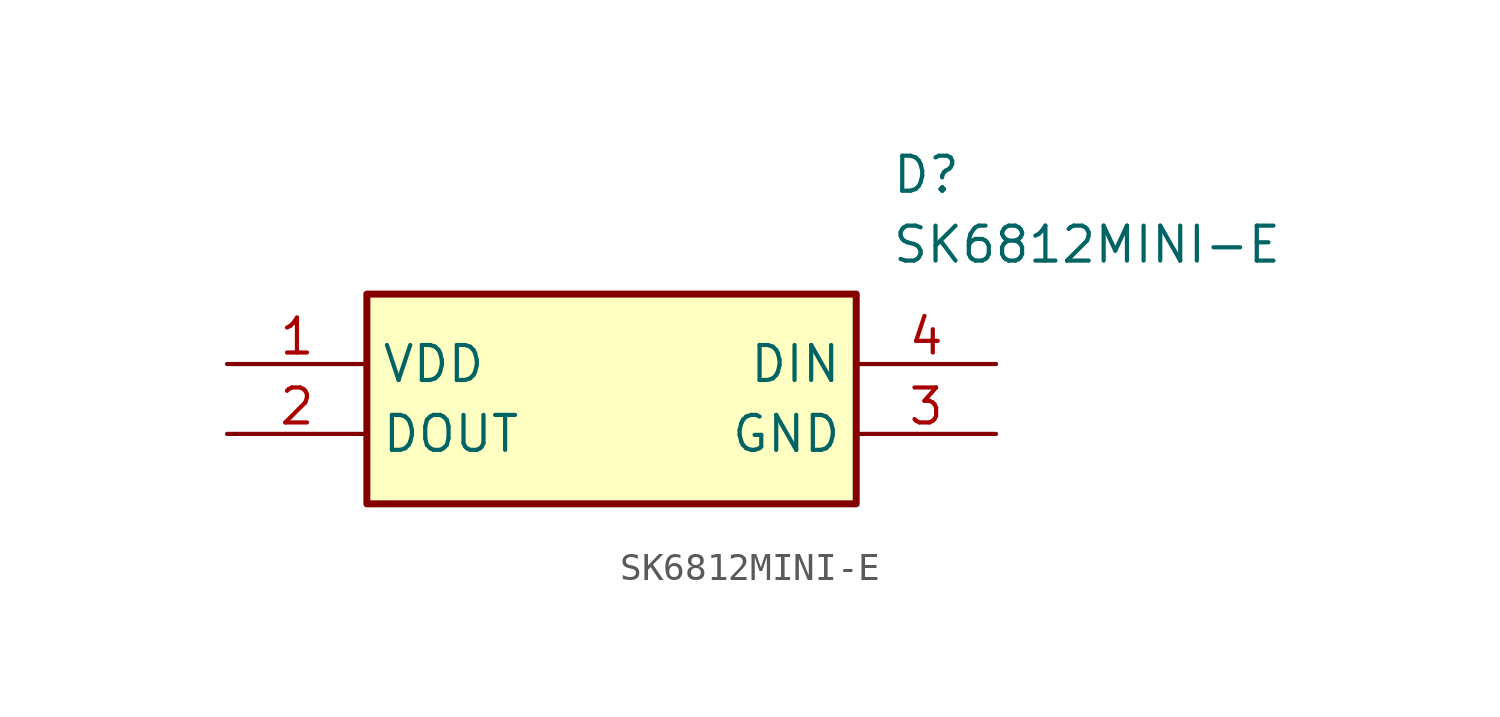
<source format=kicad_sym>
(kicad_symbol_lib
  (version 20220914)
  (generator kicad_symbol_editor)
  (symbol "SK6812MINI-E"
    (property "Reference" "D"
      (at 24.13 7.62 0)
      (effects (font (size 1.27 1.27)) (justify left top)))
    (property "Value" "SK6812MINI-E"
      (at 24.13 5.08 0)
      (effects (font (size 1.27 1.27)) (justify left top)))
    (symbol "SK6812MINI-E_1_1"
      (rectangle (start 5.08 2.54) (end 22.86 -5.08) (stroke (width 0.254) (type default)) (fill (type background)))
      (pin passive line (at 0 0 0) (length 5.08) (name "VDD" (effects (font (size 1.27 1.27)))) (number "1" (effects (font (size 1.27 1.27)))))
      (pin passive line (at 0 -2.54 0) (length 5.08) (name "DOUT" (effects (font (size 1.27 1.27)))) (number "2" (effects (font (size 1.27 1.27)))))
      (pin passive line (at 27.94 -2.54 180) (length 5.08) (name "GND" (effects (font (size 1.27 1.27)))) (number "3" (effects (font (size 1.27 1.27)))))
      (pin passive line (at 27.94 0 180) (length 5.08) (name "DIN" (effects (font (size 1.27 1.27)))) (number "4" (effects (font (size 1.27 1.27))))))))
</source>
